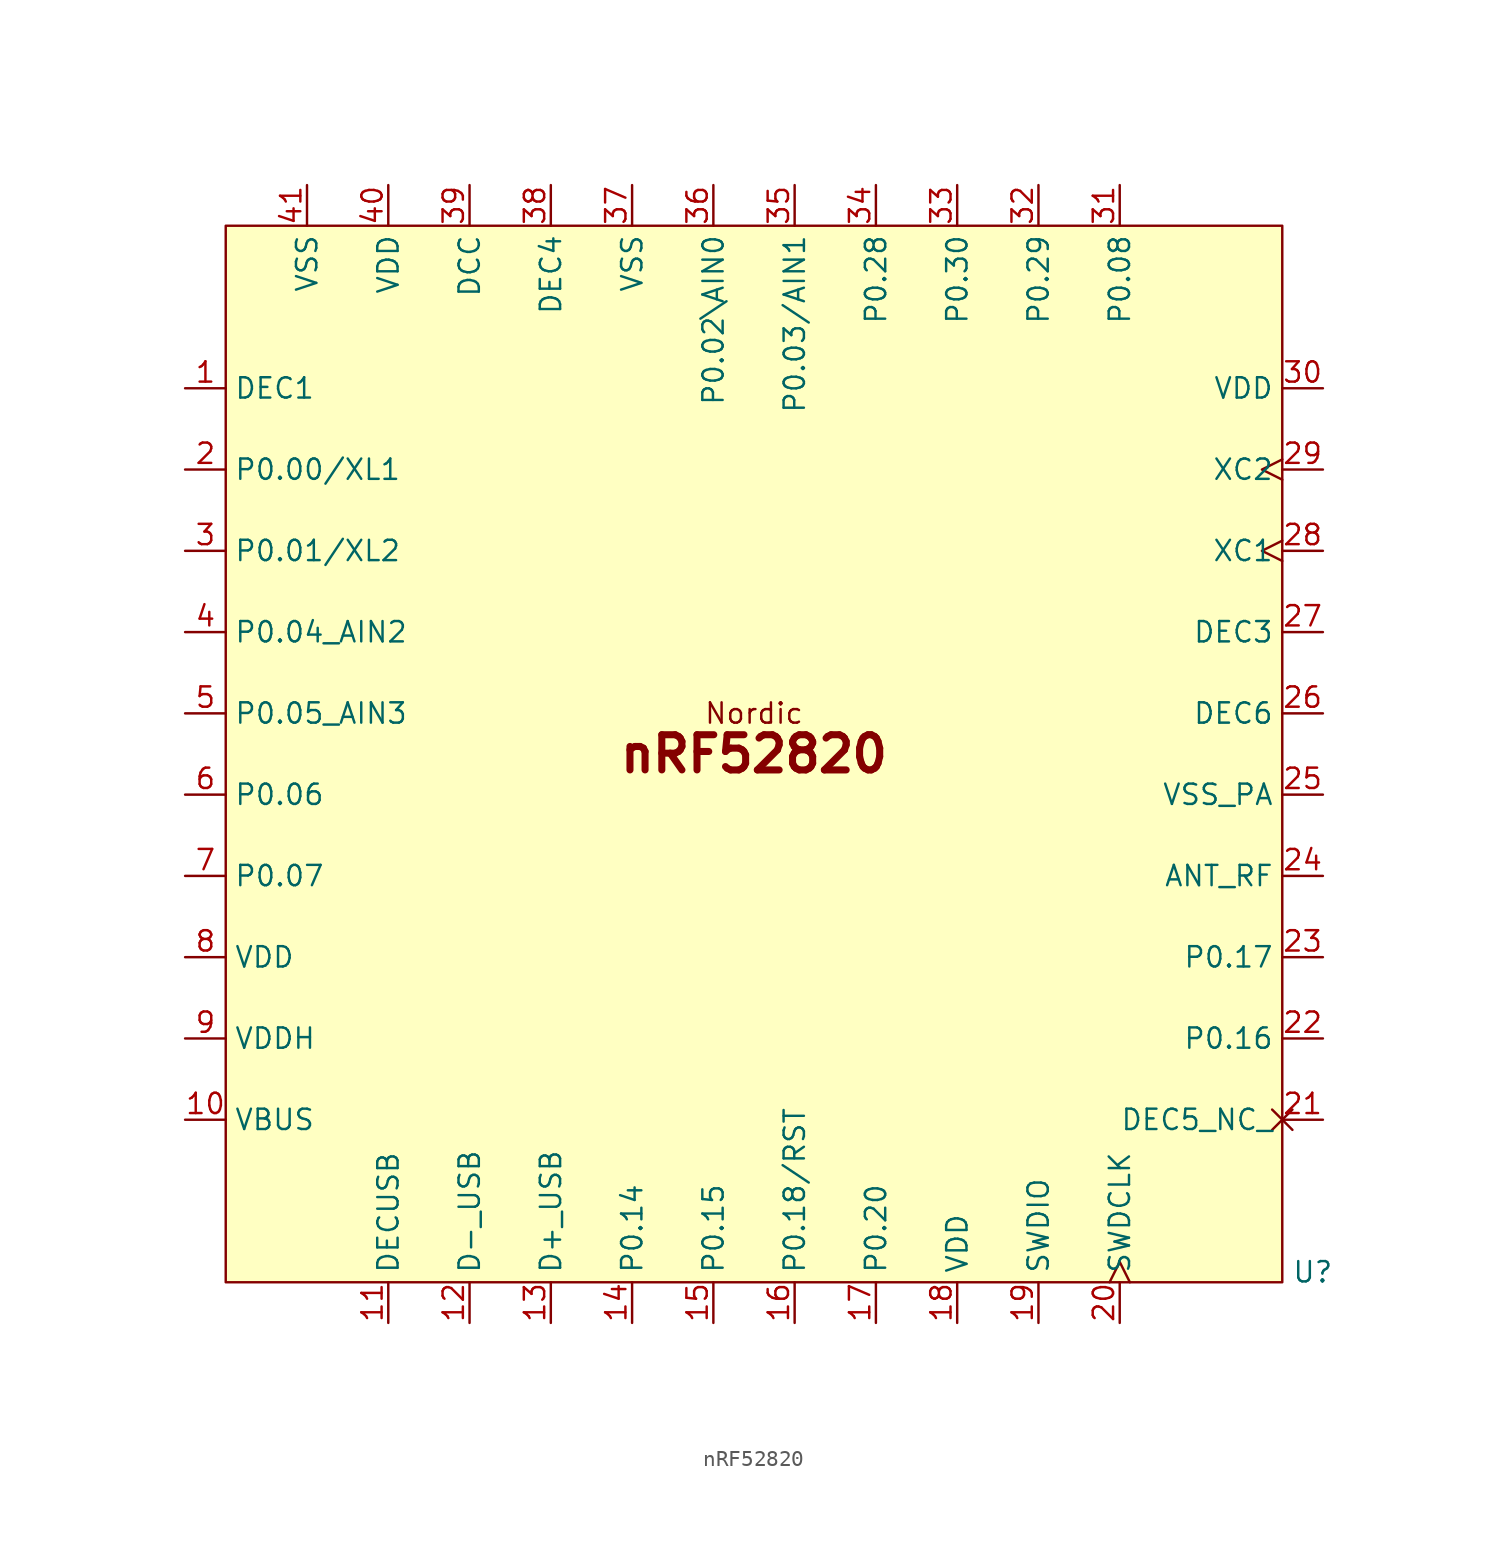
<source format=kicad_sym>
(kicad_symbol_lib
  (version 20220914)
  (generator kicad_symbol_editor)
  (symbol "nRF52820"
    (property "Reference" "U"
      (at 67.945 -65.405 0)
      (effects (font (size 1.27 1.27))))
    (property "Value" ""
      (at 0 -2.54 0)
      (effects (font (size 1.27 1.27))))
    (symbol "nRF52820_1_1"
      (rectangle (start 0 0) (end 66.04 -66.04) (stroke (width 0) (type default)) (fill (type background)))
      (text "Nordic" (at 33.02 -30.48 0) (effects (font (size 1.27 1.27))))
      (text "nRF52820" (at 33.02 -33.02 0) (effects (font (size 2.2 2.2) bold)))
      (pin power_out line (at -2.54 -10.16 0) (length 2.54) (name "DEC1" (effects (font (size 1.27 1.27)))) (number "1" (effects (font (size 1.27 1.27)))))
      (pin power_in line (at -2.54 -55.88 0) (length 2.54) (name "VBUS" (effects (font (size 1.27 1.27)))) (number "10" (effects (font (size 1.27 1.27)))))
      (pin power_out line (at 10.16 -68.58 90) (length 2.54) (name "DECUSB" (effects (font (size 1.27 1.27)))) (number "11" (effects (font (size 1.27 1.27)))))
      (pin bidirectional line (at 15.24 -68.58 90) (length 2.54) (name "D-_USB" (effects (font (size 1.27 1.27)))) (number "12" (effects (font (size 1.27 1.27)))))
      (pin bidirectional line (at 20.32 -68.58 90) (length 2.54) (name "D+_USB" (effects (font (size 1.27 1.27)))) (number "13" (effects (font (size 1.27 1.27)))))
      (pin bidirectional line (at 25.4 -68.58 90) (length 2.54) (name "P0.14" (effects (font (size 1.27 1.27)))) (number "14" (effects (font (size 1.27 1.27)))))
      (pin bidirectional line (at 30.48 -68.58 90) (length 2.54) (name "P0.15" (effects (font (size 1.27 1.27)))) (number "15" (effects (font (size 1.27 1.27)))))
      (pin bidirectional line (at 35.56 -68.58 90) (length 2.54) (name "P0.18/RST" (effects (font (size 1.27 1.27)))) (number "16" (effects (font (size 1.27 1.27)))))
      (pin bidirectional line (at 40.64 -68.58 90) (length 2.54) (name "P0.20" (effects (font (size 1.27 1.27)))) (number "17" (effects (font (size 1.27 1.27)))))
      (pin power_out line (at 45.72 -68.58 90) (length 2.54) (name "VDD" (effects (font (size 1.27 1.27)))) (number "18" (effects (font (size 1.27 1.27)))))
      (pin bidirectional line (at 50.8 -68.58 90) (length 2.54) (name "SWDIO" (effects (font (size 1.27 1.27)))) (number "19" (effects (font (size 1.27 1.27)))))
      (pin bidirectional line (at -2.54 -15.24 0) (length 2.54) (name "P0.00/XL1" (effects (font (size 1.27 1.27)))) (number "2" (effects (font (size 1.27 1.27)))))
      (pin bidirectional clock (at 55.88 -68.58 90) (length 2.54) (name "SWDCLK" (effects (font (size 1.27 1.27)))) (number "20" (effects (font (size 1.27 1.27)))))
      (pin power_out non_logic (at 68.58 -55.88 180) (length 2.54) (name "DEC5_NC_" (effects (font (size 1.27 1.27)))) (number "21" (effects (font (size 1.27 1.27)))))
      (pin bidirectional line (at 68.58 -50.8 180) (length 2.54) (name "P0.16" (effects (font (size 1.27 1.27)))) (number "22" (effects (font (size 1.27 1.27)))))
      (pin bidirectional line (at 68.58 -45.72 180) (length 2.54) (name "P0.17" (effects (font (size 1.27 1.27)))) (number "23" (effects (font (size 1.27 1.27)))))
      (pin bidirectional line (at 68.58 -40.64 180) (length 2.54) (name "ANT_RF" (effects (font (size 1.27 1.27)))) (number "24" (effects (font (size 1.27 1.27)))))
      (pin bidirectional line (at 68.58 -35.56 180) (length 2.54) (name "VSS_PA" (effects (font (size 1.27 1.27)))) (number "25" (effects (font (size 1.27 1.27)))))
      (pin bidirectional line (at 68.58 -30.48 180) (length 2.54) (name "DEC6" (effects (font (size 1.27 1.27)))) (number "26" (effects (font (size 1.27 1.27)))))
      (pin bidirectional line (at 68.58 -25.4 180) (length 2.54) (name "DEC3" (effects (font (size 1.27 1.27)))) (number "27" (effects (font (size 1.27 1.27)))))
      (pin power_out clock (at 68.58 -20.32 180) (length 2.54) (name "XC1" (effects (font (size 1.27 1.27)))) (number "28" (effects (font (size 1.27 1.27)))))
      (pin bidirectional clock (at 68.58 -15.24 180) (length 2.54) (name "XC2" (effects (font (size 1.27 1.27)))) (number "29" (effects (font (size 1.27 1.27)))))
      (pin bidirectional line (at -2.54 -20.32 0) (length 2.54) (name "P0.01/XL2" (effects (font (size 1.27 1.27)))) (number "3" (effects (font (size 1.27 1.27)))))
      (pin power_out line (at 68.58 -10.16 180) (length 2.54) (name "VDD" (effects (font (size 1.27 1.27)))) (number "30" (effects (font (size 1.27 1.27)))))
      (pin bidirectional line (at 55.88 2.54 270) (length 2.54) (name "P0.08" (effects (font (size 1.27 1.27)))) (number "31" (effects (font (size 1.27 1.27)))))
      (pin bidirectional line (at 50.8 2.54 270) (length 2.54) (name "P0.29" (effects (font (size 1.27 1.27)))) (number "32" (effects (font (size 1.27 1.27)))))
      (pin bidirectional line (at 45.72 2.54 270) (length 2.54) (name "P0.30" (effects (font (size 1.27 1.27)))) (number "33" (effects (font (size 1.27 1.27)))))
      (pin bidirectional line (at 40.64 2.54 270) (length 2.54) (name "P0.28" (effects (font (size 1.27 1.27)))) (number "34" (effects (font (size 1.27 1.27)))))
      (pin bidirectional line (at 35.56 2.54 270) (length 2.54) (name "P0.03/AIN1" (effects (font (size 1.27 1.27)))) (number "35" (effects (font (size 1.27 1.27)))))
      (pin bidirectional line (at 30.48 2.54 270) (length 2.54) (name "P0.02\\AIN0" (effects (font (size 1.27 1.27)))) (number "36" (effects (font (size 1.27 1.27)))))
      (pin bidirectional line (at 25.4 2.54 270) (length 2.54) (name "VSS" (effects (font (size 1.27 1.27)))) (number "37" (effects (font (size 1.27 1.27)))))
      (pin bidirectional line (at 20.32 2.54 270) (length 2.54) (name "DEC4" (effects (font (size 1.27 1.27)))) (number "38" (effects (font (size 1.27 1.27)))))
      (pin bidirectional line (at 15.24 2.54 270) (length 2.54) (name "DCC" (effects (font (size 1.27 1.27)))) (number "39" (effects (font (size 1.27 1.27)))))
      (pin bidirectional line (at -2.54 -25.4 0) (length 2.54) (name "P0.04_AIN2" (effects (font (size 1.27 1.27)))) (number "4" (effects (font (size 1.27 1.27)))))
      (pin power_out line (at 10.16 2.54 270) (length 2.54) (name "VDD" (effects (font (size 1.27 1.27)))) (number "40" (effects (font (size 1.27 1.27)))))
      (pin bidirectional line (at 5.08 2.54 270) (length 2.54) (name "VSS" (effects (font (size 1.27 1.27)))) (number "41" (effects (font (size 1.27 1.27)))))
      (pin bidirectional line (at -2.54 -30.48 0) (length 2.54) (name "P0.05_AIN3" (effects (font (size 1.27 1.27)))) (number "5" (effects (font (size 1.27 1.27)))))
      (pin bidirectional line (at -2.54 -35.56 0) (length 2.54) (name "P0.06" (effects (font (size 1.27 1.27)))) (number "6" (effects (font (size 1.27 1.27)))))
      (pin bidirectional line (at -2.54 -40.64 0) (length 2.54) (name "P0.07" (effects (font (size 1.27 1.27)))) (number "7" (effects (font (size 1.27 1.27)))))
      (pin power_out line (at -2.54 -45.72 0) (length 2.54) (name "VDD" (effects (font (size 1.27 1.27)))) (number "8" (effects (font (size 1.27 1.27)))))
      (pin power_out line (at -2.54 -50.8 0) (length 2.54) (name "VDDH" (effects (font (size 1.27 1.27)))) (number "9" (effects (font (size 1.27 1.27))))))))
</source>
